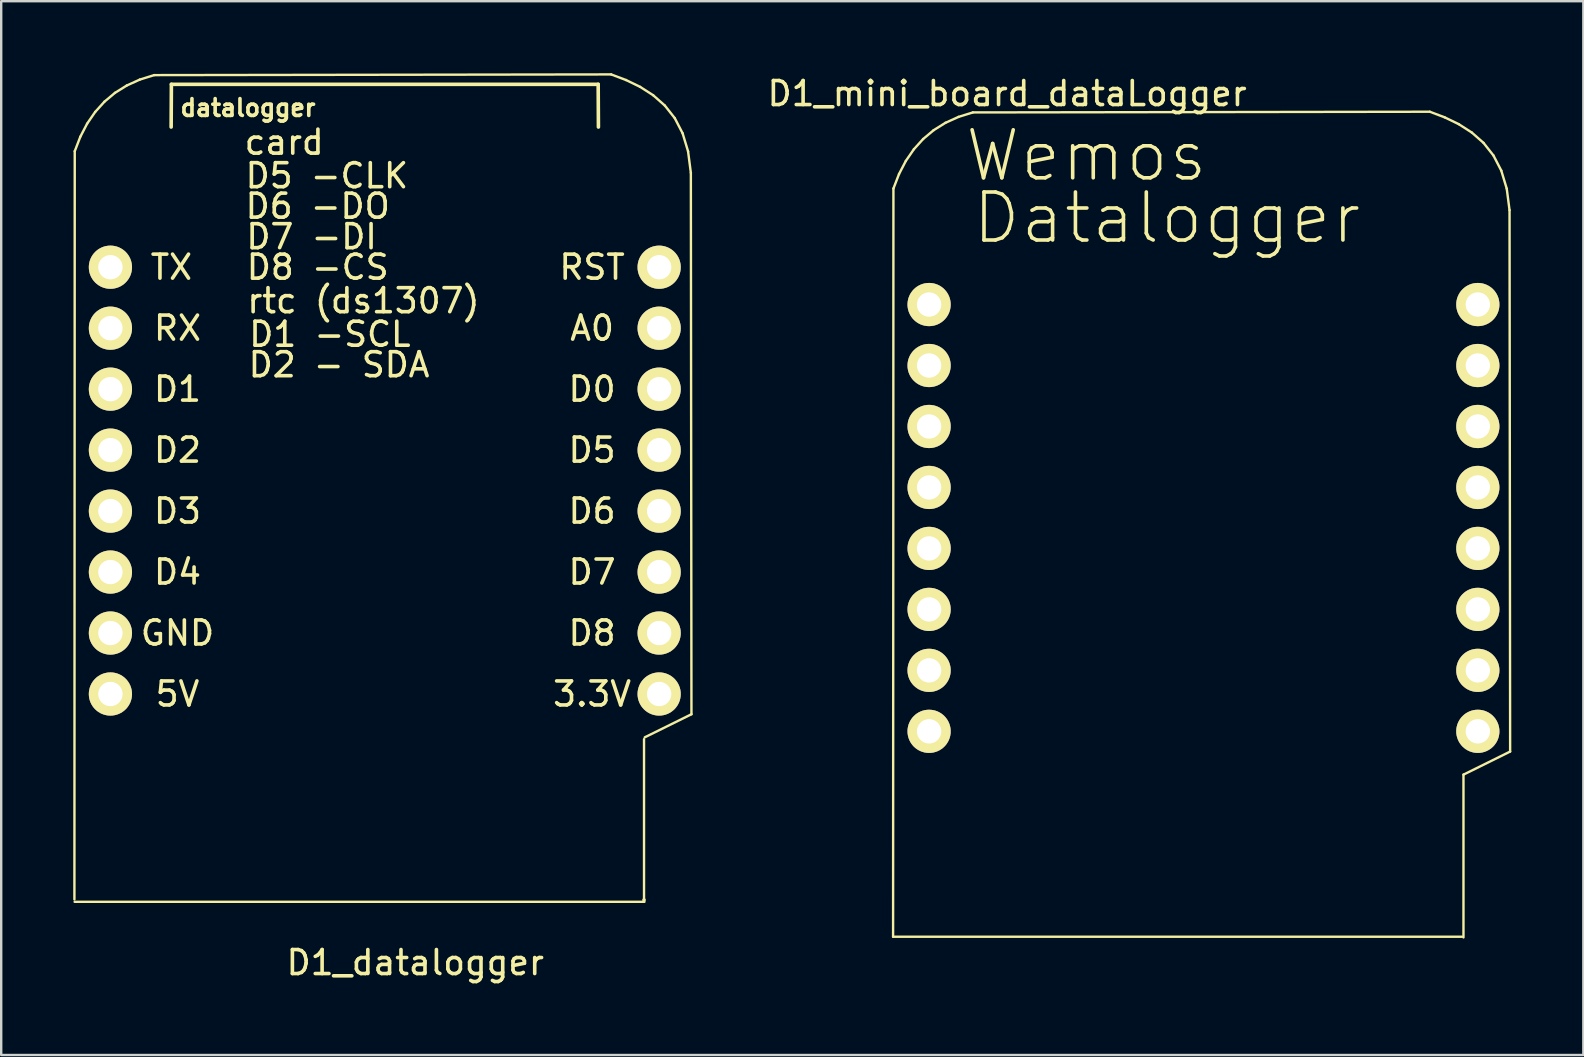
<source format=kicad_pcb>
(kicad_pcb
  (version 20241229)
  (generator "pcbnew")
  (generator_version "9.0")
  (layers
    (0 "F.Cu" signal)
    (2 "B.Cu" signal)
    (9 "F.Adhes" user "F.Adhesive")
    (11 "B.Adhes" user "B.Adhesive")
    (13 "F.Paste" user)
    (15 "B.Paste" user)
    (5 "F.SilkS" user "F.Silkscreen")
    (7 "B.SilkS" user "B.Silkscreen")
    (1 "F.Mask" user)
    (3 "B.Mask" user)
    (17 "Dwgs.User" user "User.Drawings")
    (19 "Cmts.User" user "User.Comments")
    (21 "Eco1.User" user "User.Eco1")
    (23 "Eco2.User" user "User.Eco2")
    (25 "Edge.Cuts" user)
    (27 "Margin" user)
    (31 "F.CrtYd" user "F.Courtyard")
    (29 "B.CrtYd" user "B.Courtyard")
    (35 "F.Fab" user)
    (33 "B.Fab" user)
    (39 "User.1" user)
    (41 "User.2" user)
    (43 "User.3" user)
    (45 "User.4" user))
  (footprint "D1_mini_board_dataLogger"
    (layer "F.Cu")
    (at 47.086 19.797)
    (property "Reference" "D1_mini_board_dataLogger" (at -8.179 -18.948 0) (layer "F.SilkS") (effects (font (size 1 1) (thickness 0.15))))
    (attr through_hole)
    (fp_line (start -12.93 16.177) (end -12.916 -14.993) (stroke (width 0.1) (type solid)) (layer "F.SilkS"))
    (fp_line (start -12.916 -14.993) (end -12.683 -15.596) (stroke (width 0.1) (type solid)) (layer "F.SilkS"))
    (fp_line (start -12.683 -15.596) (end -12.4 -16.141) (stroke (width 0.1) (type solid)) (layer "F.SilkS"))
    (fp_line (start -12.4 -16.141) (end -12.065 -16.628) (stroke (width 0.1) (type solid)) (layer "F.SilkS"))
    (fp_line (start -12.065 -16.628) (end -11.679 -17.055) (stroke (width 0.1) (type solid)) (layer "F.SilkS"))
    (fp_line (start -11.679 -17.055) (end -11.241 -17.423) (stroke (width 0.1) (type solid)) (layer "F.SilkS"))
    (fp_line (start -11.241 -17.423) (end -10.749 -17.73) (stroke (width 0.1) (type solid)) (layer "F.SilkS"))
    (fp_line (start -10.749 -17.73) (end -10.205 -17.977) (stroke (width 0.1) (type solid)) (layer "F.SilkS"))
    (fp_line (start -10.205 -17.977) (end -9.607 -18.163) (stroke (width 0.1) (type solid)) (layer "F.SilkS"))
    (fp_line (start -9.607 -18.163) (end 9.43 -18.192) (stroke (width 0.1) (type solid)) (layer "F.SilkS"))
    (fp_line (start 9.43 -18.192) (end 10.05 -17.958) (stroke (width 0.1) (type solid)) (layer "F.SilkS"))
    (fp_line (start 10.05 -17.958) (end 10.638 -17.673) (stroke (width 0.1) (type solid)) (layer "F.SilkS"))
    (fp_line (start 10.638 -17.673) (end 11.181 -17.324) (stroke (width 0.1) (type solid)) (layer "F.SilkS"))
    (fp_line (start 10.77 16.177) (end -12.93 16.177) (stroke (width 0.1) (type solid)) (layer "F.SilkS"))
    (fp_line (start 10.832 9.424) (end 10.832 16.205) (stroke (width 0.1) (type solid)) (layer "F.SilkS"))
    (fp_line (start 11.181 -17.324) (end 11.667 -16.895) (stroke (width 0.1) (type solid)) (layer "F.SilkS"))
    (fp_line (start 11.667 -16.895) (end 12.08 -16.371) (stroke (width 0.1) (type solid)) (layer "F.SilkS"))
    (fp_line (start 12.08 -16.371) (end 12.407 -15.74) (stroke (width 0.1) (type solid)) (layer "F.SilkS"))
    (fp_line (start 12.407 -15.74) (end 12.635 -14.985) (stroke (width 0.1) (type solid)) (layer "F.SilkS"))
    (fp_line (start 12.635 -14.985) (end 12.751 -14.092) (stroke (width 0.1) (type solid)) (layer "F.SilkS"))
    (fp_line (start 12.751 -14.092) (end 12.776 8.463) (stroke (width 0.1) (type solid)) (layer "F.SilkS"))
    (fp_line (start 12.776 8.463) (end 10.832 9.424) (stroke (width 0.1) (type solid)) (layer "F.SilkS"))
    (fp_text user "Datalogger" (at -1.524 -13.767 0) (layer "F.SilkS") (effects (font (size 2 2) (thickness 0.15))))
    (fp_text user "Wemos" (at -4.877 -16.358 0) (layer "F.SilkS") (effects (font (size 2 2) (thickness 0.15))))
    (pad "1" thru_hole circle (at -11.43 7.62) (size 1.8 1.8) (drill 1.016) (layers "*.Cu" "*.Mask" "F.SilkS"))
    (pad "2" thru_hole circle (at -11.43 5.08) (size 1.8 1.8) (drill 1.016) (layers "*.Cu" "*.Mask" "F.SilkS"))
    (pad "3" thru_hole circle (at -11.43 2.54) (size 1.8 1.8) (drill 1.016) (layers "*.Cu" "*.Mask" "F.SilkS"))
    (pad "4" thru_hole circle (at -11.43 0) (size 1.8 1.8) (drill 1.016) (layers "*.Cu" "*.Mask" "F.SilkS"))
    (pad "5" thru_hole circle (at -11.43 -2.54) (size 1.8 1.8) (drill 1.016) (layers "*.Cu" "*.Mask" "F.SilkS"))
    (pad "6" thru_hole circle (at -11.43 -5.08) (size 1.8 1.8) (drill 1.016) (layers "*.Cu" "*.Mask" "F.SilkS"))
    (pad "7" thru_hole circle (at -11.43 -7.62) (size 1.8 1.8) (drill 1.016) (layers "*.Cu" "*.Mask" "F.SilkS"))
    (pad "8" thru_hole circle (at -11.43 -10.16) (size 1.8 1.8) (drill 1.016) (layers "*.Cu" "*.Mask" "F.SilkS"))
    (pad "9" thru_hole circle (at 11.43 -10.16) (size 1.8 1.8) (drill 1.016) (layers "*.Cu" "*.Mask" "F.SilkS"))
    (pad "10" thru_hole circle (at 11.43 -7.62) (size 1.8 1.8) (drill 1.016) (layers "*.Cu" "*.Mask" "F.SilkS"))
    (pad "11" thru_hole circle (at 11.43 -5.08) (size 1.8 1.8) (drill 1.016) (layers "*.Cu" "*.Mask" "F.SilkS"))
    (pad "12" thru_hole circle (at 11.43 -2.54) (size 1.8 1.8) (drill 1.016) (layers "*.Cu" "*.Mask" "F.SilkS"))
    (pad "13" thru_hole circle (at 11.43 0) (size 1.8 1.8) (drill 1.016) (layers "*.Cu" "*.Mask" "F.SilkS"))
    (pad "14" thru_hole circle (at 11.43 2.54) (size 1.8 1.8) (drill 1.016) (layers "*.Cu" "*.Mask" "F.SilkS"))
    (pad "15" thru_hole circle (at 11.43 5.08) (size 1.8 1.8) (drill 1.016) (layers "*.Cu" "*.Mask" "F.SilkS"))
    (pad "16" thru_hole circle (at 11.43 7.62) (size 1.8 1.8) (drill 1.016) (layers "*.Cu" "*.Mask" "F.SilkS")))
  (footprint "D1_datalogger"
    (layer "F.Cu")
    (at 12.98 18.242)
    (property "Reference" "D1_datalogger" (at 1.27 18.81 0) (layer "F.SilkS") (effects (font (size 1 1) (thickness 0.15))))
    (attr through_hole)
    (fp_line (start -12.93 16.177) (end -12.916 -14.993) (stroke (width 0.1) (type solid)) (layer "F.SilkS"))
    (fp_line (start -12.916 -14.993) (end -12.683 -15.596) (stroke (width 0.1) (type solid)) (layer "F.SilkS"))
    (fp_line (start -12.683 -15.596) (end -12.4 -16.141) (stroke (width 0.1) (type solid)) (layer "F.SilkS"))
    (fp_line (start -12.4 -16.141) (end -12.065 -16.628) (stroke (width 0.1) (type solid)) (layer "F.SilkS"))
    (fp_line (start -12.065 -16.628) (end -11.679 -17.055) (stroke (width 0.1) (type solid)) (layer "F.SilkS"))
    (fp_line (start -11.679 -17.055) (end -11.241 -17.423) (stroke (width 0.1) (type solid)) (layer "F.SilkS"))
    (fp_line (start -11.241 -17.423) (end -10.749 -17.73) (stroke (width 0.1) (type solid)) (layer "F.SilkS"))
    (fp_line (start -10.749 -17.73) (end -10.205 -17.977) (stroke (width 0.1) (type solid)) (layer "F.SilkS"))
    (fp_line (start -10.205 -17.977) (end -9.607 -18.163) (stroke (width 0.1) (type solid)) (layer "F.SilkS"))
    (fp_line (start -9.607 -18.163) (end 9.43 -18.192) (stroke (width 0.1) (type solid)) (layer "F.SilkS"))
    (fp_line (start -8.89 -17.78) (end -8.9 -16) (stroke (width 0.15) (type solid)) (layer "F.SilkS"))
    (fp_line (start 8.89 -17.78) (end -8.89 -17.78) (stroke (width 0.15) (type solid)) (layer "F.SilkS"))
    (fp_line (start 8.9 -16) (end 8.89 -17.78) (stroke (width 0.15) (type solid)) (layer "F.SilkS"))
    (fp_line (start 9.43 -18.192) (end 10.05 -17.958) (stroke (width 0.1) (type solid)) (layer "F.SilkS"))
    (fp_line (start 10.05 -17.958) (end 10.638 -17.673) (stroke (width 0.1) (type solid)) (layer "F.SilkS"))
    (fp_line (start 10.638 -17.673) (end 11.181 -17.324) (stroke (width 0.1) (type solid)) (layer "F.SilkS"))
    (fp_line (start 10.8 9.5) (end 10.8 16.2) (stroke (width 0.1) (type solid)) (layer "F.SilkS"))
    (fp_line (start 10.8 16.2) (end 10.8 16.2) (stroke (width 0.15) (type solid)) (layer "F.SilkS"))
    (fp_line (start 10.817 16.277) (end -12.92 16.277) (stroke (width 0.1) (type solid)) (layer "F.SilkS"))
    (fp_line (start 11.181 -17.324) (end 11.667 -16.895) (stroke (width 0.1) (type solid)) (layer "F.SilkS"))
    (fp_line (start 11.667 -16.895) (end 12.08 -16.371) (stroke (width 0.1) (type solid)) (layer "F.SilkS"))
    (fp_line (start 12.08 -16.371) (end 12.407 -15.74) (stroke (width 0.1) (type solid)) (layer "F.SilkS"))
    (fp_line (start 12.407 -15.74) (end 12.635 -14.985) (stroke (width 0.1) (type solid)) (layer "F.SilkS"))
    (fp_line (start 12.635 -14.985) (end 12.751 -14.092) (stroke (width 0.1) (type solid)) (layer "F.SilkS"))
    (fp_line (start 12.751 -14.092) (end 12.776 8.463) (stroke (width 0.1) (type solid)) (layer "F.SilkS"))
    (fp_line (start 12.776 8.463) (end 10.832 9.424) (stroke (width 0.1) (type solid)) (layer "F.SilkS"))
    (fp_text user "D7 -DI" (at -3.048 -11.43 0) (layer "F.SilkS") (effects (font (size 1 1) (thickness 0.15))))
    (fp_text user "rtc (ds1307)" (at -0.889 -8.763 0) (layer "F.SilkS") (effects (font (size 1 1) (thickness 0.15))))
    (fp_text user "RX" (at -8.636 -7.62 0) (layer "F.SilkS") (effects (font (size 1 1) (thickness 0.15))))
    (fp_text user "datalogger" (at -5.7 -16.8 0) (layer "F.SilkS") (effects (font (size 0.7 0.7) (thickness 0.15))))
    (fp_text user "D4" (at -8.636 2.54 0) (layer "F.SilkS") (effects (font (size 1 1) (thickness 0.15))))
    (fp_text user "D7" (at 8.636 2.54 0) (layer "F.SilkS") (effects (font (size 1 1) (thickness 0.15))))
    (fp_text user "D3" (at -8.636 0 0) (layer "F.SilkS") (effects (font (size 1 1) (thickness 0.15))))
    (fp_text user "A0" (at 8.636 -7.62 0) (layer "F.SilkS") (effects (font (size 1 1) (thickness 0.15))))
    (fp_text user "D0" (at 8.636 -5.08 0) (layer "F.SilkS") (effects (font (size 1 1) (thickness 0.15))))
    (fp_text user "3.3V" (at 8.636 7.62 0) (layer "F.SilkS") (effects (font (size 1 1) (thickness 0.15))))
    (fp_text user "5V" (at -8.636 7.62 0) (layer "F.SilkS") (effects (font (size 1 1) (thickness 0.15))))
    (fp_text user "card" (at -4.191 -15.367 0) (layer "F.SilkS") (effects (font (size 1 1) (thickness 0.15))))
    (fp_text user "D2 - SDA" (at -1.905 -6.096 0) (layer "F.SilkS") (effects (font (size 1 1) (thickness 0.15))))
    (fp_text user "D1 -SCL" (at -2.286 -7.366 0) (layer "F.SilkS") (effects (font (size 1 1) (thickness 0.15))))
    (fp_text user "TX" (at -8.89 -10.16 0) (layer "F.SilkS") (effects (font (size 1 1) (thickness 0.15))))
    (fp_text user "D1" (at -8.636 -5.08 0) (layer "F.SilkS") (effects (font (size 1 1) (thickness 0.15))))
    (fp_text user "D5" (at 8.636 -2.54 0) (layer "F.SilkS") (effects (font (size 1 1) (thickness 0.15))))
    (fp_text user "D2" (at -8.636 -2.54 0) (layer "F.SilkS") (effects (font (size 1 1) (thickness 0.15))))
    (fp_text user "D8" (at 8.636 5.08 0) (layer "F.SilkS") (effects (font (size 1 1) (thickness 0.15))))
    (fp_text user "D6" (at 8.636 0 0) (layer "F.SilkS") (effects (font (size 1 1) (thickness 0.15))))
    (fp_text user "D5 -CLK" (at -2.413 -13.97 0) (layer "F.SilkS") (effects (font (size 1 1) (thickness 0.15))))
    (fp_text user "D8 -CS" (at -2.794 -10.16 0) (layer "F.SilkS") (effects (font (size 1 1) (thickness 0.15))))
    (fp_text user "GND" (at -8.636 5.08 0) (layer "F.SilkS") (effects (font (size 1 1) (thickness 0.15))))
    (fp_text user "D6 -DO" (at -2.794 -12.7 0) (layer "F.SilkS") (effects (font (size 1 1) (thickness 0.15))))
    (fp_text user "RST" (at 8.636 -10.16 0) (layer "F.SilkS") (effects (font (size 1 1) (thickness 0.15))))
    (pad "1" thru_hole circle (at -11.43 7.62) (size 1.8 1.8) (drill 1.016) (layers "*.Cu" "*.Mask" "F.SilkS"))
    (pad "2" thru_hole circle (at -11.43 5.08) (size 1.8 1.8) (drill 1.016) (layers "*.Cu" "*.Mask" "F.SilkS"))
    (pad "3" thru_hole circle (at -11.43 2.54) (size 1.8 1.8) (drill 1.016) (layers "*.Cu" "*.Mask" "F.SilkS"))
    (pad "4" thru_hole circle (at -11.43 0) (size 1.8 1.8) (drill 1.016) (layers "*.Cu" "*.Mask" "F.SilkS"))
    (pad "5" thru_hole circle (at -11.43 -2.54) (size 1.8 1.8) (drill 1.016) (layers "*.Cu" "*.Mask" "F.SilkS"))
    (pad "6" thru_hole circle (at -11.43 -5.08) (size 1.8 1.8) (drill 1.016) (layers "*.Cu" "*.Mask" "F.SilkS"))
    (pad "7" thru_hole circle (at -11.43 -7.62) (size 1.8 1.8) (drill 1.016) (layers "*.Cu" "*.Mask" "F.SilkS"))
    (pad "8" thru_hole circle (at -11.43 -10.16) (size 1.8 1.8) (drill 1.016) (layers "*.Cu" "*.Mask" "F.SilkS"))
    (pad "9" thru_hole circle (at 11.43 -10.16) (size 1.8 1.8) (drill 1.016) (layers "*.Cu" "*.Mask" "F.SilkS"))
    (pad "10" thru_hole circle (at 11.43 -7.62) (size 1.8 1.8) (drill 1.016) (layers "*.Cu" "*.Mask" "F.SilkS"))
    (pad "11" thru_hole circle (at 11.43 -5.08) (size 1.8 1.8) (drill 1.016) (layers "*.Cu" "*.Mask" "F.SilkS"))
    (pad "12" thru_hole circle (at 11.43 -2.54) (size 1.8 1.8) (drill 1.016) (layers "*.Cu" "*.Mask" "F.SilkS"))
    (pad "13" thru_hole circle (at 11.43 0) (size 1.8 1.8) (drill 1.016) (layers "*.Cu" "*.Mask" "F.SilkS"))
    (pad "14" thru_hole circle (at 11.43 2.54) (size 1.8 1.8) (drill 1.016) (layers "*.Cu" "*.Mask" "F.SilkS"))
    (pad "15" thru_hole circle (at 11.43 5.08) (size 1.8 1.8) (drill 1.016) (layers "*.Cu" "*.Mask" "F.SilkS"))
    (pad "16" thru_hole circle (at 11.43 7.62) (size 1.8 1.8) (drill 1.016) (layers "*.Cu" "*.Mask" "F.SilkS")))
  (gr_rect
    (start -3 -3)
    (end 62.912 40.9)
    (stroke (width 0.1) (type default))
    (fill no)
    (layer "Edge.Cuts")))
</source>
